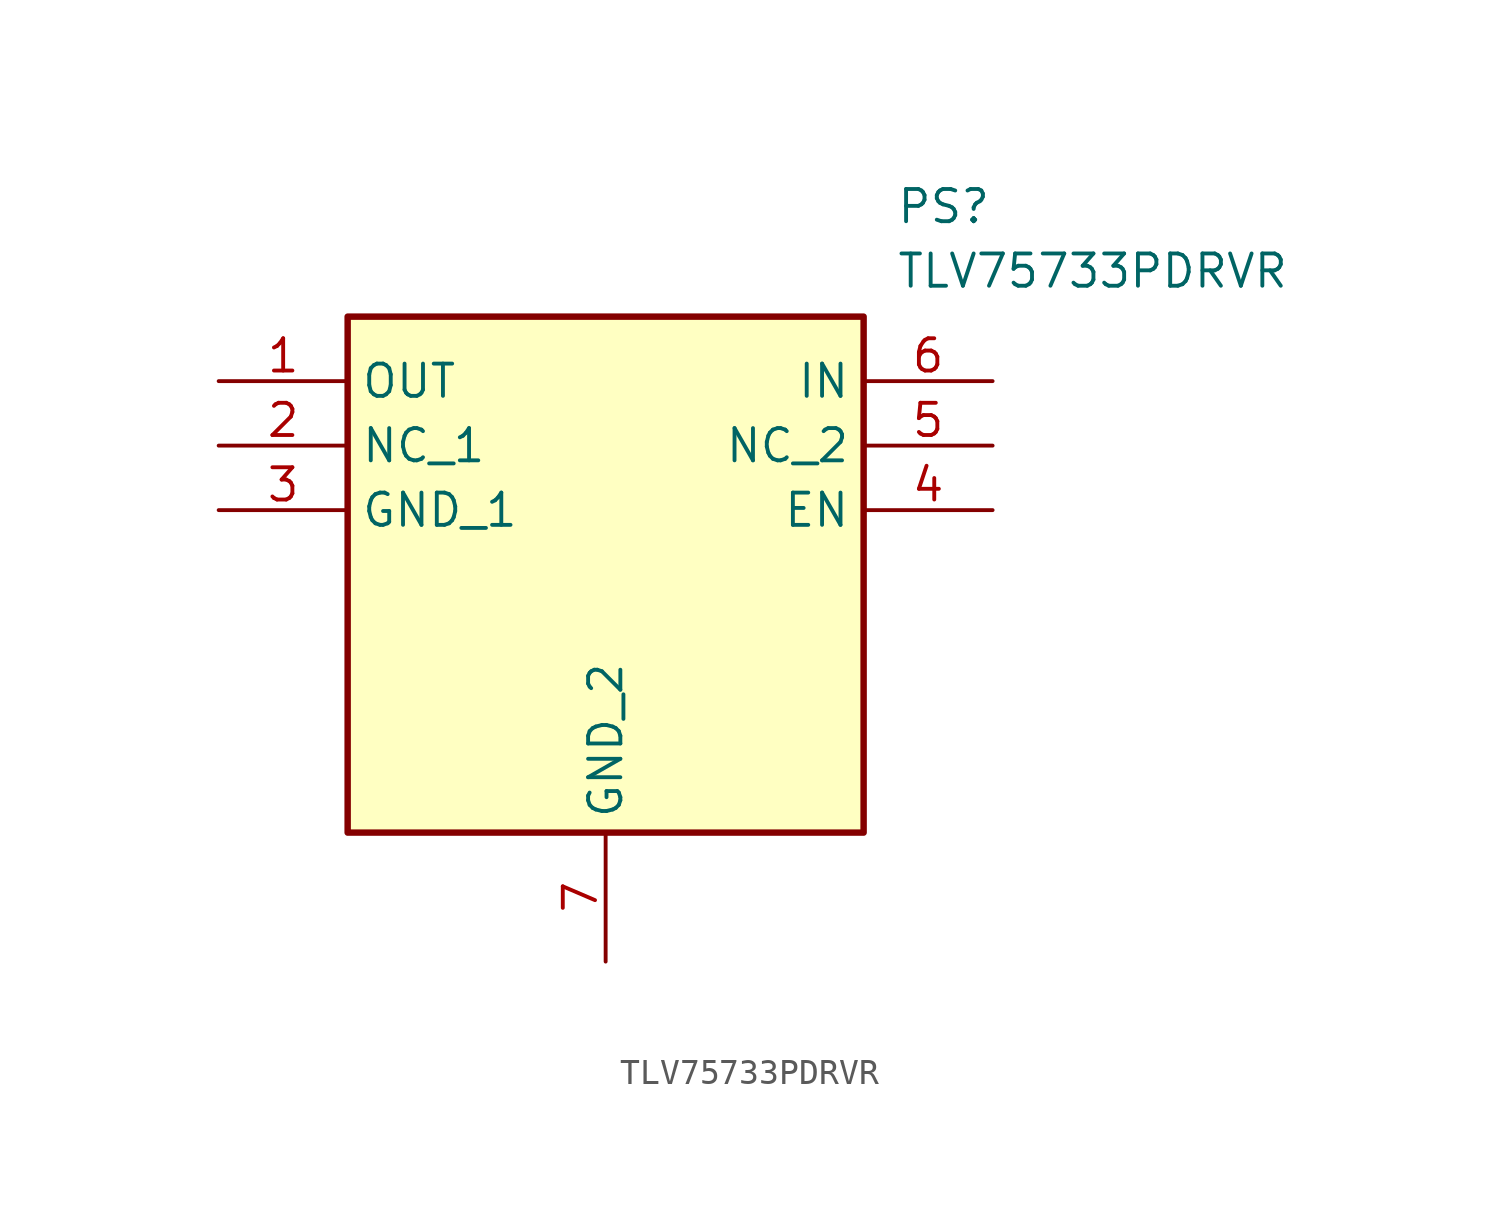
<source format=kicad_sym>
(kicad_symbol_lib
  (version 20211014)
  (generator SamacSys_ECAD_Model)
  (symbol "TLV75733PDRVR"
    (property "Reference" "PS"
      (at 26.67 7.62 0)
      (effects (font (size 1.27 1.27)) (justify left top)))
    (property "Value" "TLV75733PDRVR"
      (at 26.67 5.08 0)
      (effects (font (size 1.27 1.27)) (justify left top)))
    (rectangle
      (start 5.08 2.54)
      (end 25.4 -17.78)
      (stroke (width 0.254) (type default))
      (fill (type background)))
    (pin output line
      (at 0 0 0)
      (length 5.08)
      (name "OUT" (effects (font (size 1.27 1.27))))
      (number "1" (effects (font (size 1.27 1.27)))))
    (pin passive line
      (at 0 -2.54 0)
      (length 5.08)
      (name "NC_1" (effects (font (size 1.27 1.27))))
      (number "2" (effects (font (size 1.27 1.27)))))
    (pin power_in line
      (at 0 -5.08 0)
      (length 5.08)
      (name "GND_1" (effects (font (size 1.27 1.27))))
      (number "3" (effects (font (size 1.27 1.27)))))
    (pin power_in line
      (at 15.24 -22.86 90)
      (length 5.08)
      (name "GND_2" (effects (font (size 1.27 1.27))))
      (number "7" (effects (font (size 1.27 1.27)))))
    (pin power_in line
      (at 30.48 0 180)
      (length 5.08)
      (name "IN" (effects (font (size 1.27 1.27))))
      (number "6" (effects (font (size 1.27 1.27)))))
    (pin passive line
      (at 30.48 -2.54 180)
      (length 5.08)
      (name "NC_2" (effects (font (size 1.27 1.27))))
      (number "5" (effects (font (size 1.27 1.27)))))
    (pin input line
      (at 30.48 -5.08 180)
      (length 5.08)
      (name "EN" (effects (font (size 1.27 1.27))))
      (number "4" (effects (font (size 1.27 1.27)))))))
</source>
